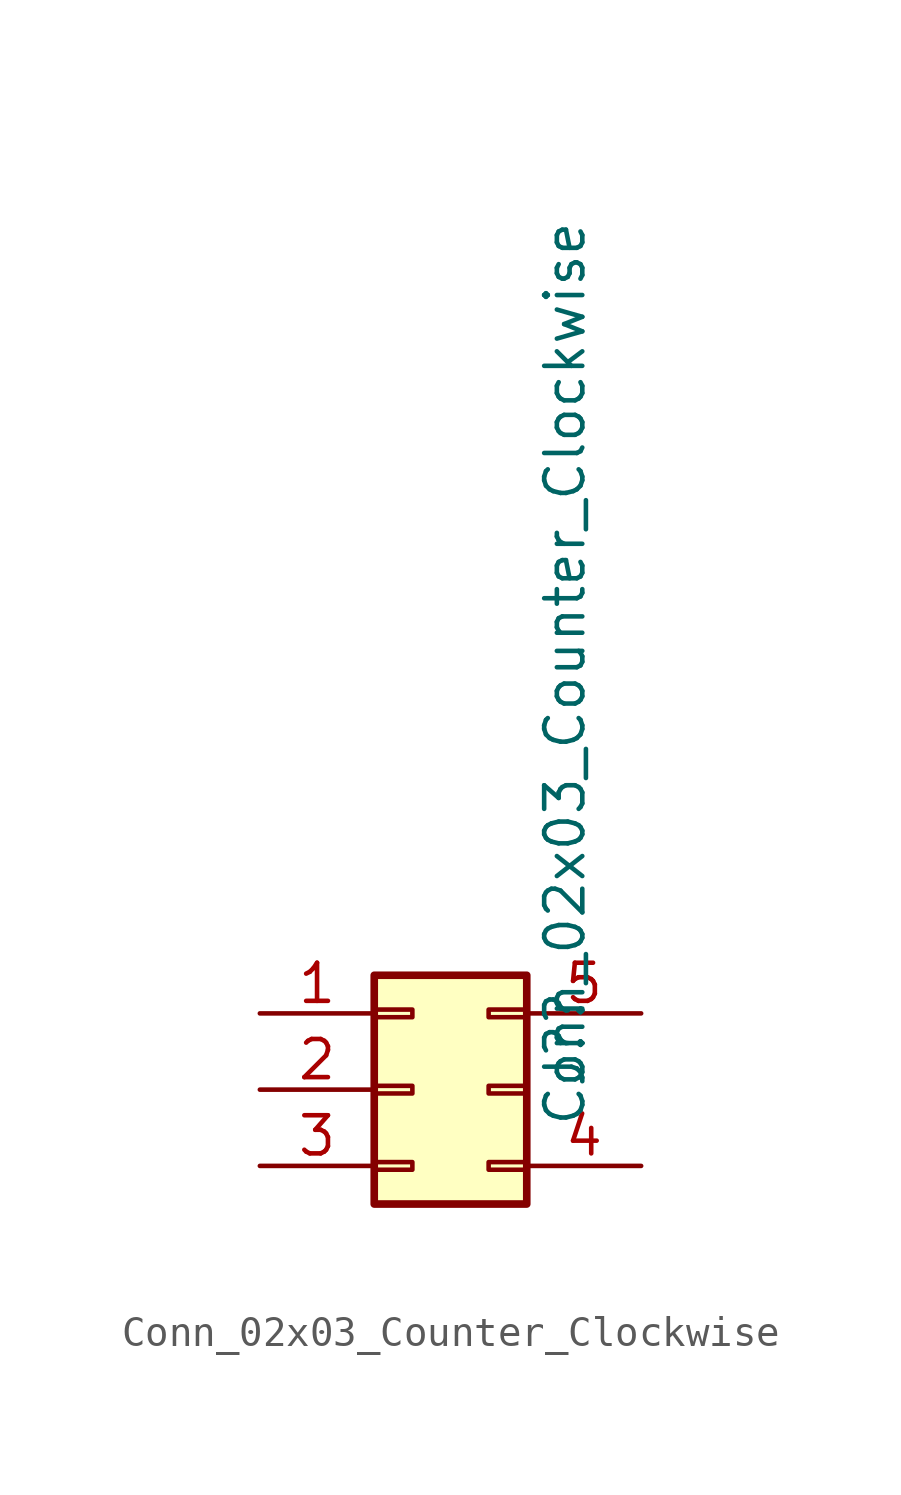
<source format=kicad_sym>
(kicad_symbol_lib
  (version 20211014)
  (generator kicad_symbol_editor)
  (symbol "Conn_02x03_Counter_Clockwise"
    (pin_names
      (offset 1.016) hide)
    (property "Reference" "J?"
      (at 5.08 0.0001 90)
      (effects (font (size 1.27 1.27)) (justify left)))
    (property "Value" "Conn_02x03_Counter_Clockwise"
      (at 5.08 -1.27 90)
      (effects (font (size 1.27 1.27)) (justify left)))
    (symbol "Conn_02x03_Counter_Clockwise_1_1"
      (rectangle (start -1.27 -2.413) (end 0 -2.667) (stroke (width 0.152) (type default) (color 0 0 0 0)) (fill (type none)))
      (rectangle (start -1.27 0.127) (end 0 -0.127) (stroke (width 0.152) (type default) (color 0 0 0 0)) (fill (type none)))
      (rectangle (start -1.27 2.667) (end 0 2.413) (stroke (width 0.152) (type default) (color 0 0 0 0)) (fill (type none)))
      (rectangle (start -1.27 3.81) (end 3.81 -3.81) (stroke (width 0.254) (type default) (color 0 0 0 0)) (fill (type background)))
      (rectangle (start 3.81 -2.413) (end 2.54 -2.667) (stroke (width 0.152) (type default) (color 0 0 0 0)) (fill (type none)))
      (rectangle (start 3.81 0.127) (end 2.54 -0.127) (stroke (width 0.152) (type default) (color 0 0 0 0)) (fill (type none)))
      (rectangle (start 3.81 2.667) (end 2.54 2.413) (stroke (width 0.152) (type default) (color 0 0 0 0)) (fill (type none)))
      (pin passive line (at -5.08 2.54 0) (length 3.81) (name "Pin_1" (effects (font (size 1.27 1.27)))) (number "1" (effects (font (size 1.27 1.27)))))
      (pin passive line (at -5.08 0 0) (length 3.81) (name "Pin_2" (effects (font (size 1.27 1.27)))) (number "2" (effects (font (size 1.27 1.27)))))
      (pin passive line (at -5.08 -2.54 0) (length 3.81) (name "Pin_3" (effects (font (size 1.27 1.27)))) (number "3" (effects (font (size 1.27 1.27)))))
      (pin passive line (at 7.62 -2.54 180) (length 3.81) (name "Pin_4" (effects (font (size 1.27 1.27)))) (number "4" (effects (font (size 1.27 1.27)))))
      (pin passive line (at 7.62 2.54 180) (length 3.81) (name "Pin_5" (effects (font (size 1.27 1.27)))) (number "5" (effects (font (size 1.27 1.27))))))))
</source>
